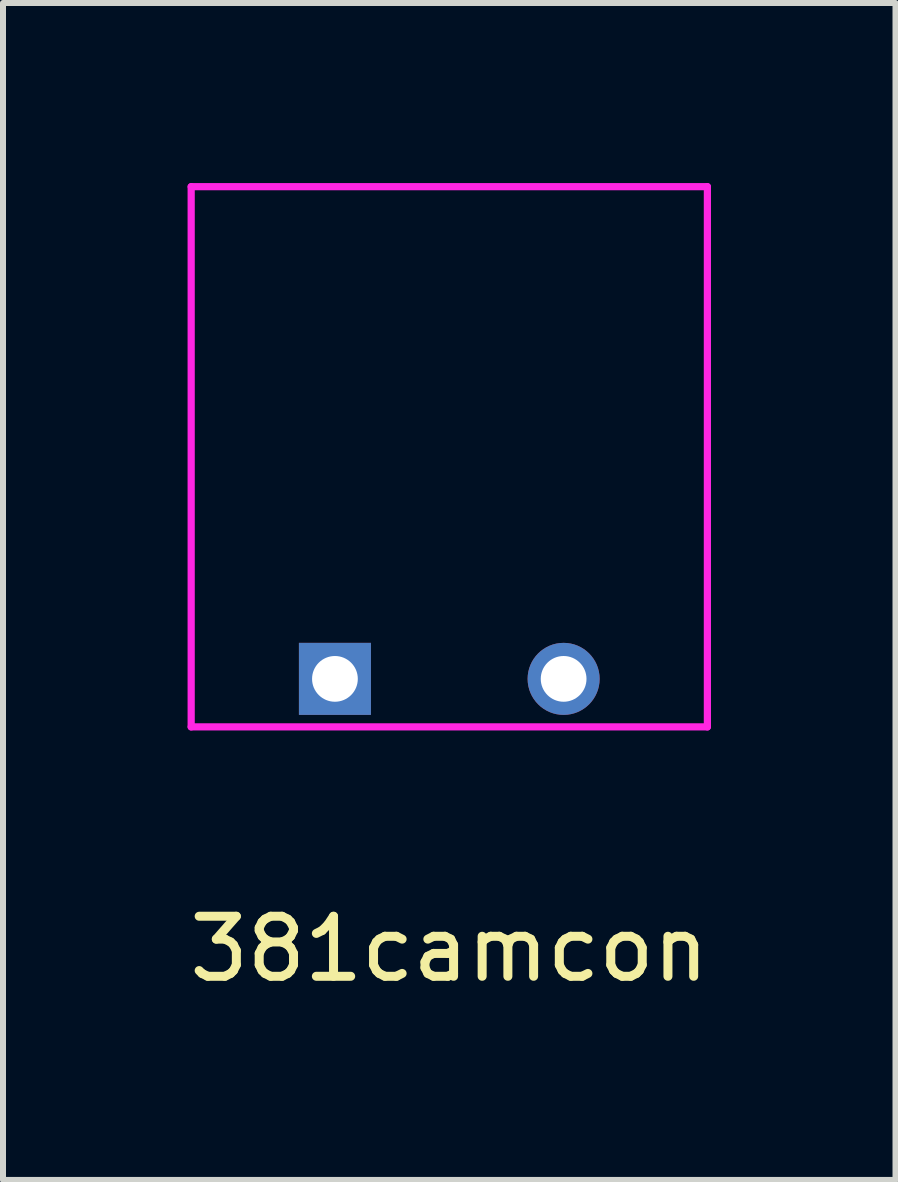
<source format=kicad_pcb>
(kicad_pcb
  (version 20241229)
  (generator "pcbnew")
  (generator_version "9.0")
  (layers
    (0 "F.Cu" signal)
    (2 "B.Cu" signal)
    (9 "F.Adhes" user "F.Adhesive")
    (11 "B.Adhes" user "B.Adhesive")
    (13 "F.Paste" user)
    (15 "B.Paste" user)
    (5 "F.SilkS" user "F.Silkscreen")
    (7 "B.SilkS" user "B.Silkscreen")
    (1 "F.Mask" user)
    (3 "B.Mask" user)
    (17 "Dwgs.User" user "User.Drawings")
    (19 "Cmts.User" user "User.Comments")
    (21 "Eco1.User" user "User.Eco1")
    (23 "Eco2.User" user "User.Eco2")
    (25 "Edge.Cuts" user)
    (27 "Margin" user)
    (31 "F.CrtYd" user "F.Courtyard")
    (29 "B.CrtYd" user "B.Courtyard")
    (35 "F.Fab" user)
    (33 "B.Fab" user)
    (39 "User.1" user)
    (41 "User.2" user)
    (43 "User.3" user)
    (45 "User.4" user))
  (footprint "381camcon"
    (layer "F.Cu")
    (at 4.435 12.26)
    (property "Reference" "381camcon" (at 0 0.5 0) (layer "F.SilkS") (effects (font (size 1 1) (thickness 0.15))))
    (attr through_hole)
    (fp_line (start -4.3 -12.2) (end 4.3 -12.2) (stroke (width 0.12) (type solid)) (layer "F.CrtYd"))
    (fp_line (start -4.3 -3.2) (end -4.3 -12.2) (stroke (width 0.12) (type solid)) (layer "F.CrtYd"))
    (fp_line (start -4.3 -3.2) (end 4.3 -3.2) (stroke (width 0.12) (type solid)) (layer "F.CrtYd"))
    (fp_line (start 4.3 -12.2) (end 4.3 -3.2) (stroke (width 0.12) (type solid)) (layer "F.CrtYd"))
    (pad "1" thru_hole rect (at -1.905 -4) (size 1.2 1.2) (drill 0.762) (layers "*.Cu" "*.Mask"))
    (pad "2" thru_hole circle (at 1.905 -4) (size 1.2 1.2) (drill 0.762) (layers "*.Cu" "*.Mask")))
  (gr_rect
    (start -3 -3)
    (end 11.869 16.608)
    (stroke (width 0.1) (type default))
    (fill no)
    (layer "Edge.Cuts")))
</source>
